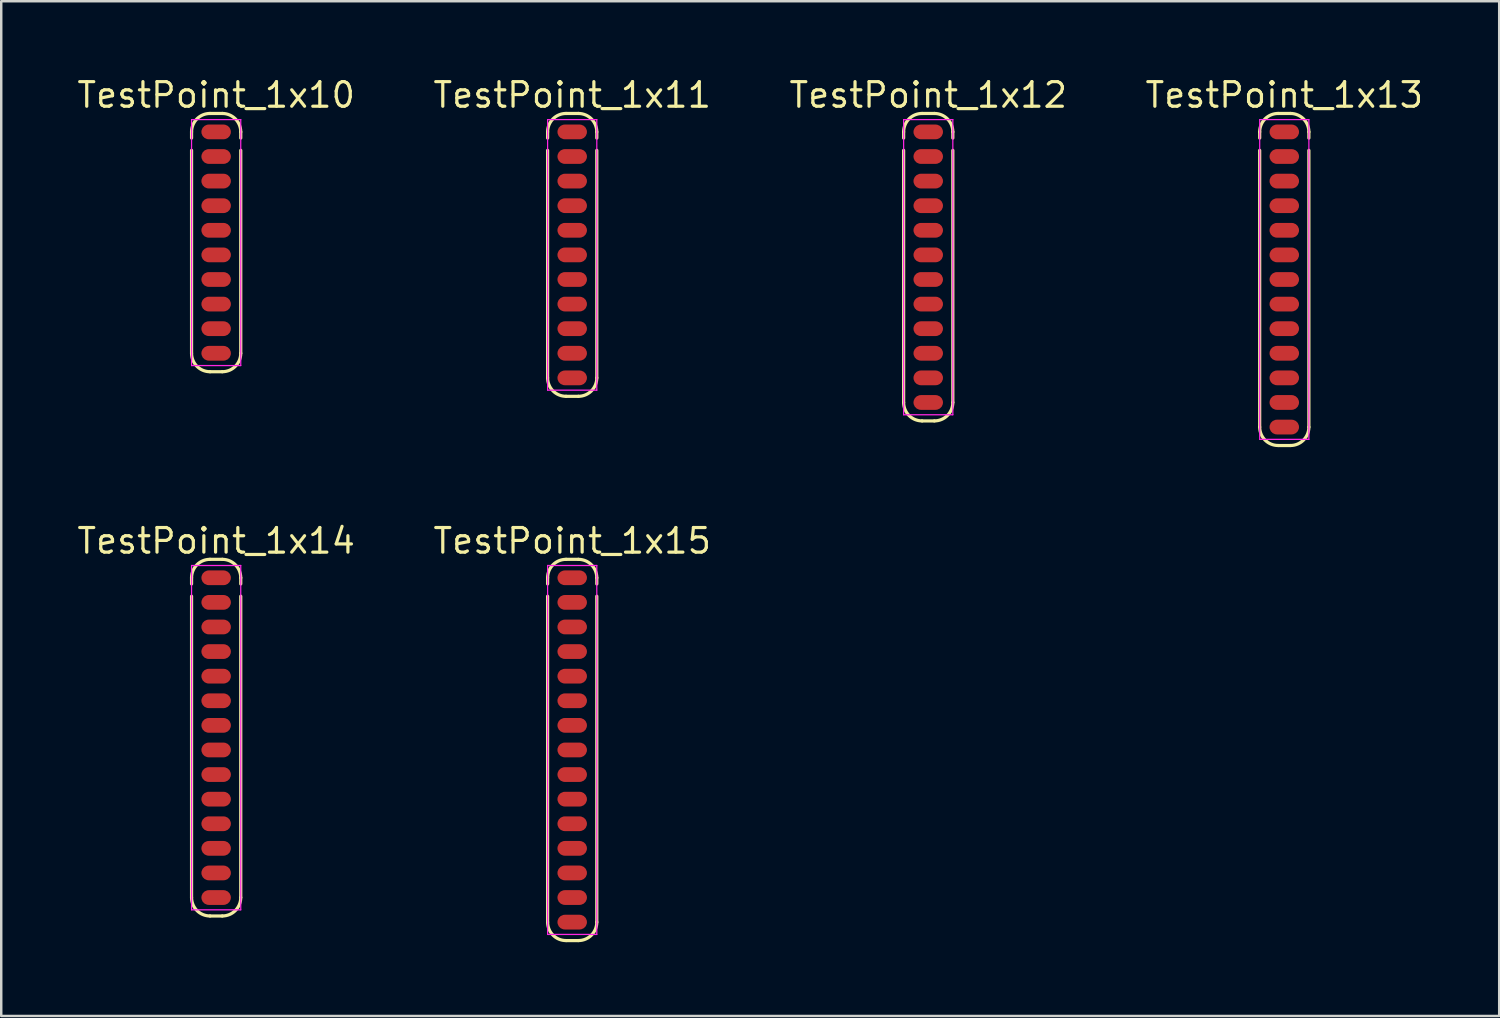
<source format=kicad_pcb>
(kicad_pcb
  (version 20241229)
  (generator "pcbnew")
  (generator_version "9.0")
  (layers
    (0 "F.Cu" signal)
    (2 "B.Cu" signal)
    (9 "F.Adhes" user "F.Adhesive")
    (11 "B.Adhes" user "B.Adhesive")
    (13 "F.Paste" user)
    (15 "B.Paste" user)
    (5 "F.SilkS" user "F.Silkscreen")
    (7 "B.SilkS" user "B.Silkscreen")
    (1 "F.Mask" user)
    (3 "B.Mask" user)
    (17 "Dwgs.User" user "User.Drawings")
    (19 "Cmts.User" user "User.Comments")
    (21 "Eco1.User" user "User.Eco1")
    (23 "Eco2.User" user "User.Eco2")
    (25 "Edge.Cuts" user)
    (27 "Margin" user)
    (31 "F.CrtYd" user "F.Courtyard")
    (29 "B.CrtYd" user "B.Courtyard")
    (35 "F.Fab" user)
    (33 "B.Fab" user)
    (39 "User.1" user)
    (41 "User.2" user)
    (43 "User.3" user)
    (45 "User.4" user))
  (footprint "TestPoint_1x11"
    (layer "F.Cu")
    (at 20.214 2.313)
    (property "Reference" "TestPoint_1x11" (at 0 -1.5 0) (layer "F.SilkS") (effects (font (size 1 1) (thickness 0.13))))
    (attr smd)
    (fp_line (start -1 0.25) (end -1 0) (stroke (width 0.13) (type solid)) (layer "F.SilkS"))
    (fp_line (start -1 10) (end -1 0.75) (stroke (width 0.13) (type solid)) (layer "F.SilkS"))
    (fp_line (start -0.25 -0.75) (end 0.25 -0.75) (stroke (width 0.13) (type solid)) (layer "F.SilkS"))
    (fp_line (start 0.25 10.75) (end -0.25 10.75) (stroke (width 0.13) (type solid)) (layer "F.SilkS"))
    (fp_line (start 1 0.25) (end 1 0) (stroke (width 0.13) (type solid)) (layer "F.SilkS"))
    (fp_line (start 1 0.75) (end 1 10) (stroke (width 0.13) (type solid)) (layer "F.SilkS"))
    (fp_arc (start -1 0) (mid -0.78033 -0.53033) (end -0.25 -0.75) (stroke (width 0.13) (type solid)) (layer "F.SilkS"))
    (fp_arc (start -0.25 10.75) (mid -0.78033 10.53033) (end -1 10) (stroke (width 0.13) (type solid)) (layer "F.SilkS"))
    (fp_arc (start 0.25 -0.75) (mid 0.78033 -0.53033) (end 1 0) (stroke (width 0.13) (type solid)) (layer "F.SilkS"))
    (fp_arc (start 1 10) (mid 0.78033 10.53033) (end 0.25 10.75) (stroke (width 0.13) (type solid)) (layer "F.SilkS"))
    (fp_line (start -1 -0.5) (end 1 -0.5) (stroke (width 0.05) (type solid)) (layer "F.CrtYd"))
    (fp_line (start -1 10.5) (end -1 -0.5) (stroke (width 0.05) (type solid)) (layer "F.CrtYd"))
    (fp_line (start 1 -0.5) (end 1 10.5) (stroke (width 0.05) (type solid)) (layer "F.CrtYd"))
    (fp_line (start 1 10.5) (end -1 10.5) (stroke (width 0.05) (type solid)) (layer "F.CrtYd"))
    (pad "1" smd roundrect (at 0 0) (size 1.2 0.6) (layers "F.Cu" "F.Mask") (roundrect_rratio 0.5))
    (pad "2" smd roundrect (at 0 1) (size 1.2 0.6) (layers "F.Cu" "F.Mask") (roundrect_rratio 0.5))
    (pad "3" smd roundrect (at 0 2) (size 1.2 0.6) (layers "F.Cu" "F.Mask") (roundrect_rratio 0.5))
    (pad "4" smd roundrect (at 0 3) (size 1.2 0.6) (layers "F.Cu" "F.Mask") (roundrect_rratio 0.5))
    (pad "5" smd roundrect (at 0 4) (size 1.2 0.6) (layers "F.Cu" "F.Mask") (roundrect_rratio 0.5))
    (pad "6" smd roundrect (at 0 5) (size 1.2 0.6) (layers "F.Cu" "F.Mask") (roundrect_rratio 0.5))
    (pad "7" smd roundrect (at 0 6) (size 1.2 0.6) (layers "F.Cu" "F.Mask") (roundrect_rratio 0.5))
    (pad "8" smd roundrect (at 0 7) (size 1.2 0.6) (layers "F.Cu" "F.Mask") (roundrect_rratio 0.5))
    (pad "9" smd roundrect (at 0 8) (size 1.2 0.6) (layers "F.Cu" "F.Mask") (roundrect_rratio 0.5))
    (pad "10" smd roundrect (at 0 9) (size 1.2 0.6) (layers "F.Cu" "F.Mask") (roundrect_rratio 0.5))
    (pad "11" smd roundrect (at 0 10) (size 1.2 0.6) (layers "F.Cu" "F.Mask") (roundrect_rratio 0.5)))
  (footprint "TestPoint_1x12"
    (layer "F.Cu")
    (at 34.689 2.313)
    (property "Reference" "TestPoint_1x12" (at 0 -1.5 0) (layer "F.SilkS") (effects (font (size 1 1) (thickness 0.13))))
    (attr smd)
    (fp_line (start -1 0.25) (end -1 0) (stroke (width 0.13) (type solid)) (layer "F.SilkS"))
    (fp_line (start -1 11) (end -1 0.75) (stroke (width 0.13) (type solid)) (layer "F.SilkS"))
    (fp_line (start -0.25 -0.75) (end 0.25 -0.75) (stroke (width 0.13) (type solid)) (layer "F.SilkS"))
    (fp_line (start 0.25 11.75) (end -0.25 11.75) (stroke (width 0.13) (type solid)) (layer "F.SilkS"))
    (fp_line (start 1 0.25) (end 1 0) (stroke (width 0.13) (type solid)) (layer "F.SilkS"))
    (fp_line (start 1 0.75) (end 1 11) (stroke (width 0.13) (type solid)) (layer "F.SilkS"))
    (fp_arc (start -1 0) (mid -0.78033 -0.53033) (end -0.25 -0.75) (stroke (width 0.13) (type solid)) (layer "F.SilkS"))
    (fp_arc (start -0.25 11.75) (mid -0.78033 11.53033) (end -1 11) (stroke (width 0.13) (type solid)) (layer "F.SilkS"))
    (fp_arc (start 0.25 -0.75) (mid 0.78033 -0.53033) (end 1 0) (stroke (width 0.13) (type solid)) (layer "F.SilkS"))
    (fp_arc (start 1 11) (mid 0.78033 11.53033) (end 0.25 11.75) (stroke (width 0.13) (type solid)) (layer "F.SilkS"))
    (fp_line (start -1 -0.5) (end 1 -0.5) (stroke (width 0.05) (type solid)) (layer "F.CrtYd"))
    (fp_line (start -1 11.5) (end -1 -0.5) (stroke (width 0.05) (type solid)) (layer "F.CrtYd"))
    (fp_line (start 1 -0.5) (end 1 11.5) (stroke (width 0.05) (type solid)) (layer "F.CrtYd"))
    (fp_line (start 1 11.5) (end -1 11.5) (stroke (width 0.05) (type solid)) (layer "F.CrtYd"))
    (pad "1" smd roundrect (at 0 0) (size 1.2 0.6) (layers "F.Cu" "F.Mask") (roundrect_rratio 0.5))
    (pad "2" smd roundrect (at 0 1) (size 1.2 0.6) (layers "F.Cu" "F.Mask") (roundrect_rratio 0.5))
    (pad "3" smd roundrect (at 0 2) (size 1.2 0.6) (layers "F.Cu" "F.Mask") (roundrect_rratio 0.5))
    (pad "4" smd roundrect (at 0 3) (size 1.2 0.6) (layers "F.Cu" "F.Mask") (roundrect_rratio 0.5))
    (pad "5" smd roundrect (at 0 4) (size 1.2 0.6) (layers "F.Cu" "F.Mask") (roundrect_rratio 0.5))
    (pad "6" smd roundrect (at 0 5) (size 1.2 0.6) (layers "F.Cu" "F.Mask") (roundrect_rratio 0.5))
    (pad "7" smd roundrect (at 0 6) (size 1.2 0.6) (layers "F.Cu" "F.Mask") (roundrect_rratio 0.5))
    (pad "8" smd roundrect (at 0 7) (size 1.2 0.6) (layers "F.Cu" "F.Mask") (roundrect_rratio 0.5))
    (pad "9" smd roundrect (at 0 8) (size 1.2 0.6) (layers "F.Cu" "F.Mask") (roundrect_rratio 0.5))
    (pad "10" smd roundrect (at 0 9) (size 1.2 0.6) (layers "F.Cu" "F.Mask") (roundrect_rratio 0.5))
    (pad "11" smd roundrect (at 0 10) (size 1.2 0.6) (layers "F.Cu" "F.Mask") (roundrect_rratio 0.5))
    (pad "12" smd roundrect (at 0 11) (size 1.2 0.6) (layers "F.Cu" "F.Mask") (roundrect_rratio 0.5)))
  (footprint "TestPoint_1x15"
    (layer "F.Cu")
    (at 20.214 20.441)
    (property "Reference" "TestPoint_1x15" (at 0 -1.5 0) (layer "F.SilkS") (effects (font (size 1 1) (thickness 0.13))))
    (attr smd)
    (fp_line (start -1 0.25) (end -1 0) (stroke (width 0.13) (type solid)) (layer "F.SilkS"))
    (fp_line (start -1 14) (end -1 0.75) (stroke (width 0.13) (type solid)) (layer "F.SilkS"))
    (fp_line (start -0.25 -0.75) (end 0.25 -0.75) (stroke (width 0.13) (type solid)) (layer "F.SilkS"))
    (fp_line (start 0.25 14.75) (end -0.25 14.75) (stroke (width 0.13) (type solid)) (layer "F.SilkS"))
    (fp_line (start 1 0.25) (end 1 0) (stroke (width 0.13) (type solid)) (layer "F.SilkS"))
    (fp_line (start 1 0.75) (end 1 14) (stroke (width 0.13) (type solid)) (layer "F.SilkS"))
    (fp_arc (start -1 0) (mid -0.78033 -0.53033) (end -0.25 -0.75) (stroke (width 0.13) (type solid)) (layer "F.SilkS"))
    (fp_arc (start -0.25 14.75) (mid -0.78033 14.53033) (end -1 14) (stroke (width 0.13) (type solid)) (layer "F.SilkS"))
    (fp_arc (start 0.25 -0.75) (mid 0.78033 -0.53033) (end 1 0) (stroke (width 0.13) (type solid)) (layer "F.SilkS"))
    (fp_arc (start 1 14) (mid 0.78033 14.53033) (end 0.25 14.75) (stroke (width 0.13) (type solid)) (layer "F.SilkS"))
    (fp_line (start -1 -0.5) (end 1 -0.5) (stroke (width 0.05) (type solid)) (layer "F.CrtYd"))
    (fp_line (start -1 14.5) (end -1 -0.5) (stroke (width 0.05) (type solid)) (layer "F.CrtYd"))
    (fp_line (start 1 -0.5) (end 1 14.5) (stroke (width 0.05) (type solid)) (layer "F.CrtYd"))
    (fp_line (start 1 14.5) (end -1 14.5) (stroke (width 0.05) (type solid)) (layer "F.CrtYd"))
    (pad "1" smd roundrect (at 0 0) (size 1.2 0.6) (layers "F.Cu" "F.Mask") (roundrect_rratio 0.5))
    (pad "2" smd roundrect (at 0 1) (size 1.2 0.6) (layers "F.Cu" "F.Mask") (roundrect_rratio 0.5))
    (pad "3" smd roundrect (at 0 2) (size 1.2 0.6) (layers "F.Cu" "F.Mask") (roundrect_rratio 0.5))
    (pad "4" smd roundrect (at 0 3) (size 1.2 0.6) (layers "F.Cu" "F.Mask") (roundrect_rratio 0.5))
    (pad "5" smd roundrect (at 0 4) (size 1.2 0.6) (layers "F.Cu" "F.Mask") (roundrect_rratio 0.5))
    (pad "6" smd roundrect (at 0 5) (size 1.2 0.6) (layers "F.Cu" "F.Mask") (roundrect_rratio 0.5))
    (pad "7" smd roundrect (at 0 6) (size 1.2 0.6) (layers "F.Cu" "F.Mask") (roundrect_rratio 0.5))
    (pad "8" smd roundrect (at 0 7) (size 1.2 0.6) (layers "F.Cu" "F.Mask") (roundrect_rratio 0.5))
    (pad "9" smd roundrect (at 0 8) (size 1.2 0.6) (layers "F.Cu" "F.Mask") (roundrect_rratio 0.5))
    (pad "10" smd roundrect (at 0 9) (size 1.2 0.6) (layers "F.Cu" "F.Mask") (roundrect_rratio 0.5))
    (pad "11" smd roundrect (at 0 10) (size 1.2 0.6) (layers "F.Cu" "F.Mask") (roundrect_rratio 0.5))
    (pad "12" smd roundrect (at 0 11) (size 1.2 0.6) (layers "F.Cu" "F.Mask") (roundrect_rratio 0.5))
    (pad "13" smd roundrect (at 0 12) (size 1.2 0.6) (layers "F.Cu" "F.Mask") (roundrect_rratio 0.5))
    (pad "14" smd roundrect (at 0 13) (size 1.2 0.6) (layers "F.Cu" "F.Mask") (roundrect_rratio 0.5))
    (pad "15" smd roundrect (at 0 14) (size 1.2 0.6) (layers "F.Cu" "F.Mask") (roundrect_rratio 0.5)))
  (footprint "TestPoint_1x10"
    (layer "F.Cu")
    (at 5.738 2.313)
    (property "Reference" "TestPoint_1x10" (at 0 -1.5 0) (layer "F.SilkS") (effects (font (size 1 1) (thickness 0.13))))
    (attr smd)
    (fp_line (start -1 0.25) (end -1 0) (stroke (width 0.13) (type solid)) (layer "F.SilkS"))
    (fp_line (start -1 9) (end -1 0.75) (stroke (width 0.13) (type solid)) (layer "F.SilkS"))
    (fp_line (start -0.25 -0.75) (end 0.25 -0.75) (stroke (width 0.13) (type solid)) (layer "F.SilkS"))
    (fp_line (start 0.25 9.75) (end -0.25 9.75) (stroke (width 0.13) (type solid)) (layer "F.SilkS"))
    (fp_line (start 1 0.25) (end 1 0) (stroke (width 0.13) (type solid)) (layer "F.SilkS"))
    (fp_line (start 1 0.75) (end 1 9) (stroke (width 0.13) (type solid)) (layer "F.SilkS"))
    (fp_arc (start -1 0) (mid -0.78033 -0.53033) (end -0.25 -0.75) (stroke (width 0.13) (type solid)) (layer "F.SilkS"))
    (fp_arc (start -0.25 9.75) (mid -0.78033 9.53033) (end -1 9) (stroke (width 0.13) (type solid)) (layer "F.SilkS"))
    (fp_arc (start 0.25 -0.75) (mid 0.78033 -0.53033) (end 1 0) (stroke (width 0.13) (type solid)) (layer "F.SilkS"))
    (fp_arc (start 1 9) (mid 0.78033 9.53033) (end 0.25 9.75) (stroke (width 0.13) (type solid)) (layer "F.SilkS"))
    (fp_line (start -1 -0.5) (end 1 -0.5) (stroke (width 0.05) (type solid)) (layer "F.CrtYd"))
    (fp_line (start -1 9.5) (end -1 -0.5) (stroke (width 0.05) (type solid)) (layer "F.CrtYd"))
    (fp_line (start 1 -0.5) (end 1 9.5) (stroke (width 0.05) (type solid)) (layer "F.CrtYd"))
    (fp_line (start 1 9.5) (end -1 9.5) (stroke (width 0.05) (type solid)) (layer "F.CrtYd"))
    (pad "1" smd roundrect (at 0 0) (size 1.2 0.6) (layers "F.Cu" "F.Mask") (roundrect_rratio 0.5))
    (pad "2" smd roundrect (at 0 1) (size 1.2 0.6) (layers "F.Cu" "F.Mask") (roundrect_rratio 0.5))
    (pad "3" smd roundrect (at 0 2) (size 1.2 0.6) (layers "F.Cu" "F.Mask") (roundrect_rratio 0.5))
    (pad "4" smd roundrect (at 0 3) (size 1.2 0.6) (layers "F.Cu" "F.Mask") (roundrect_rratio 0.5))
    (pad "5" smd roundrect (at 0 4) (size 1.2 0.6) (layers "F.Cu" "F.Mask") (roundrect_rratio 0.5))
    (pad "6" smd roundrect (at 0 5) (size 1.2 0.6) (layers "F.Cu" "F.Mask") (roundrect_rratio 0.5))
    (pad "7" smd roundrect (at 0 6) (size 1.2 0.6) (layers "F.Cu" "F.Mask") (roundrect_rratio 0.5))
    (pad "8" smd roundrect (at 0 7) (size 1.2 0.6) (layers "F.Cu" "F.Mask") (roundrect_rratio 0.5))
    (pad "9" smd roundrect (at 0 8) (size 1.2 0.6) (layers "F.Cu" "F.Mask") (roundrect_rratio 0.5))
    (pad "10" smd roundrect (at 0 9) (size 1.2 0.6) (layers "F.Cu" "F.Mask") (roundrect_rratio 0.5)))
  (footprint "TestPoint_1x14"
    (layer "F.Cu")
    (at 5.738 20.441)
    (property "Reference" "TestPoint_1x14" (at 0 -1.5 0) (layer "F.SilkS") (effects (font (size 1 1) (thickness 0.13))))
    (attr smd)
    (fp_line (start -1 0.25) (end -1 0) (stroke (width 0.13) (type solid)) (layer "F.SilkS"))
    (fp_line (start -1 13) (end -1 0.75) (stroke (width 0.13) (type solid)) (layer "F.SilkS"))
    (fp_line (start -0.25 -0.75) (end 0.25 -0.75) (stroke (width 0.13) (type solid)) (layer "F.SilkS"))
    (fp_line (start 0.25 13.75) (end -0.25 13.75) (stroke (width 0.13) (type solid)) (layer "F.SilkS"))
    (fp_line (start 1 0.25) (end 1 0) (stroke (width 0.13) (type solid)) (layer "F.SilkS"))
    (fp_line (start 1 0.75) (end 1 13) (stroke (width 0.13) (type solid)) (layer "F.SilkS"))
    (fp_arc (start -1 0) (mid -0.78033 -0.53033) (end -0.25 -0.75) (stroke (width 0.13) (type solid)) (layer "F.SilkS"))
    (fp_arc (start -0.25 13.75) (mid -0.78033 13.53033) (end -1 13) (stroke (width 0.13) (type solid)) (layer "F.SilkS"))
    (fp_arc (start 0.25 -0.75) (mid 0.78033 -0.53033) (end 1 0) (stroke (width 0.13) (type solid)) (layer "F.SilkS"))
    (fp_arc (start 1 13) (mid 0.78033 13.53033) (end 0.25 13.75) (stroke (width 0.13) (type solid)) (layer "F.SilkS"))
    (fp_line (start -1 -0.5) (end 1 -0.5) (stroke (width 0.05) (type solid)) (layer "F.CrtYd"))
    (fp_line (start -1 13.5) (end -1 -0.5) (stroke (width 0.05) (type solid)) (layer "F.CrtYd"))
    (fp_line (start 1 -0.5) (end 1 13.5) (stroke (width 0.05) (type solid)) (layer "F.CrtYd"))
    (fp_line (start 1 13.5) (end -1 13.5) (stroke (width 0.05) (type solid)) (layer "F.CrtYd"))
    (pad "1" smd roundrect (at 0 0) (size 1.2 0.6) (layers "F.Cu" "F.Mask") (roundrect_rratio 0.5))
    (pad "2" smd roundrect (at 0 1) (size 1.2 0.6) (layers "F.Cu" "F.Mask") (roundrect_rratio 0.5))
    (pad "3" smd roundrect (at 0 2) (size 1.2 0.6) (layers "F.Cu" "F.Mask") (roundrect_rratio 0.5))
    (pad "4" smd roundrect (at 0 3) (size 1.2 0.6) (layers "F.Cu" "F.Mask") (roundrect_rratio 0.5))
    (pad "5" smd roundrect (at 0 4) (size 1.2 0.6) (layers "F.Cu" "F.Mask") (roundrect_rratio 0.5))
    (pad "6" smd roundrect (at 0 5) (size 1.2 0.6) (layers "F.Cu" "F.Mask") (roundrect_rratio 0.5))
    (pad "7" smd roundrect (at 0 6) (size 1.2 0.6) (layers "F.Cu" "F.Mask") (roundrect_rratio 0.5))
    (pad "8" smd roundrect (at 0 7) (size 1.2 0.6) (layers "F.Cu" "F.Mask") (roundrect_rratio 0.5))
    (pad "9" smd roundrect (at 0 8) (size 1.2 0.6) (layers "F.Cu" "F.Mask") (roundrect_rratio 0.5))
    (pad "10" smd roundrect (at 0 9) (size 1.2 0.6) (layers "F.Cu" "F.Mask") (roundrect_rratio 0.5))
    (pad "11" smd roundrect (at 0 10) (size 1.2 0.6) (layers "F.Cu" "F.Mask") (roundrect_rratio 0.5))
    (pad "12" smd roundrect (at 0 11) (size 1.2 0.6) (layers "F.Cu" "F.Mask") (roundrect_rratio 0.5))
    (pad "13" smd roundrect (at 0 12) (size 1.2 0.6) (layers "F.Cu" "F.Mask") (roundrect_rratio 0.5))
    (pad "14" smd roundrect (at 0 13) (size 1.2 0.6) (layers "F.Cu" "F.Mask") (roundrect_rratio 0.5)))
  (footprint "TestPoint_1x13"
    (layer "F.Cu")
    (at 49.165 2.313)
    (property "Reference" "TestPoint_1x13" (at 0 -1.5 0) (layer "F.SilkS") (effects (font (size 1 1) (thickness 0.13))))
    (attr smd)
    (fp_line (start -1 0.25) (end -1 0) (stroke (width 0.13) (type solid)) (layer "F.SilkS"))
    (fp_line (start -1 12) (end -1 0.75) (stroke (width 0.13) (type solid)) (layer "F.SilkS"))
    (fp_line (start -0.25 -0.75) (end 0.25 -0.75) (stroke (width 0.13) (type solid)) (layer "F.SilkS"))
    (fp_line (start 0.25 12.75) (end -0.25 12.75) (stroke (width 0.13) (type solid)) (layer "F.SilkS"))
    (fp_line (start 1 0.25) (end 1 0) (stroke (width 0.13) (type solid)) (layer "F.SilkS"))
    (fp_line (start 1 0.75) (end 1 12) (stroke (width 0.13) (type solid)) (layer "F.SilkS"))
    (fp_arc (start -1 0) (mid -0.78033 -0.53033) (end -0.25 -0.75) (stroke (width 0.13) (type solid)) (layer "F.SilkS"))
    (fp_arc (start -0.25 12.75) (mid -0.78033 12.53033) (end -1 12) (stroke (width 0.13) (type solid)) (layer "F.SilkS"))
    (fp_arc (start 0.25 -0.75) (mid 0.78033 -0.53033) (end 1 0) (stroke (width 0.13) (type solid)) (layer "F.SilkS"))
    (fp_arc (start 1 12) (mid 0.78033 12.53033) (end 0.25 12.75) (stroke (width 0.13) (type solid)) (layer "F.SilkS"))
    (fp_line (start -1 -0.5) (end 1 -0.5) (stroke (width 0.05) (type solid)) (layer "F.CrtYd"))
    (fp_line (start -1 12.5) (end -1 -0.5) (stroke (width 0.05) (type solid)) (layer "F.CrtYd"))
    (fp_line (start 1 -0.5) (end 1 12.5) (stroke (width 0.05) (type solid)) (layer "F.CrtYd"))
    (fp_line (start 1 12.5) (end -1 12.5) (stroke (width 0.05) (type solid)) (layer "F.CrtYd"))
    (pad "1" smd roundrect (at 0 0) (size 1.2 0.6) (layers "F.Cu" "F.Mask") (roundrect_rratio 0.5))
    (pad "2" smd roundrect (at 0 1) (size 1.2 0.6) (layers "F.Cu" "F.Mask") (roundrect_rratio 0.5))
    (pad "3" smd roundrect (at 0 2) (size 1.2 0.6) (layers "F.Cu" "F.Mask") (roundrect_rratio 0.5))
    (pad "4" smd roundrect (at 0 3) (size 1.2 0.6) (layers "F.Cu" "F.Mask") (roundrect_rratio 0.5))
    (pad "5" smd roundrect (at 0 4) (size 1.2 0.6) (layers "F.Cu" "F.Mask") (roundrect_rratio 0.5))
    (pad "6" smd roundrect (at 0 5) (size 1.2 0.6) (layers "F.Cu" "F.Mask") (roundrect_rratio 0.5))
    (pad "7" smd roundrect (at 0 6) (size 1.2 0.6) (layers "F.Cu" "F.Mask") (roundrect_rratio 0.5))
    (pad "8" smd roundrect (at 0 7) (size 1.2 0.6) (layers "F.Cu" "F.Mask") (roundrect_rratio 0.5))
    (pad "9" smd roundrect (at 0 8) (size 1.2 0.6) (layers "F.Cu" "F.Mask") (roundrect_rratio 0.5))
    (pad "10" smd roundrect (at 0 9) (size 1.2 0.6) (layers "F.Cu" "F.Mask") (roundrect_rratio 0.5))
    (pad "11" smd roundrect (at 0 10) (size 1.2 0.6) (layers "F.Cu" "F.Mask") (roundrect_rratio 0.5))
    (pad "12" smd roundrect (at 0 11) (size 1.2 0.6) (layers "F.Cu" "F.Mask") (roundrect_rratio 0.5))
    (pad "13" smd roundrect (at 0 12) (size 1.2 0.6) (layers "F.Cu" "F.Mask") (roundrect_rratio 0.5)))
  (gr_rect
    (start -3 -3)
    (end 57.903 38.256)
    (stroke (width 0.1) (type default))
    (fill no)
    (layer "Edge.Cuts")))
</source>
